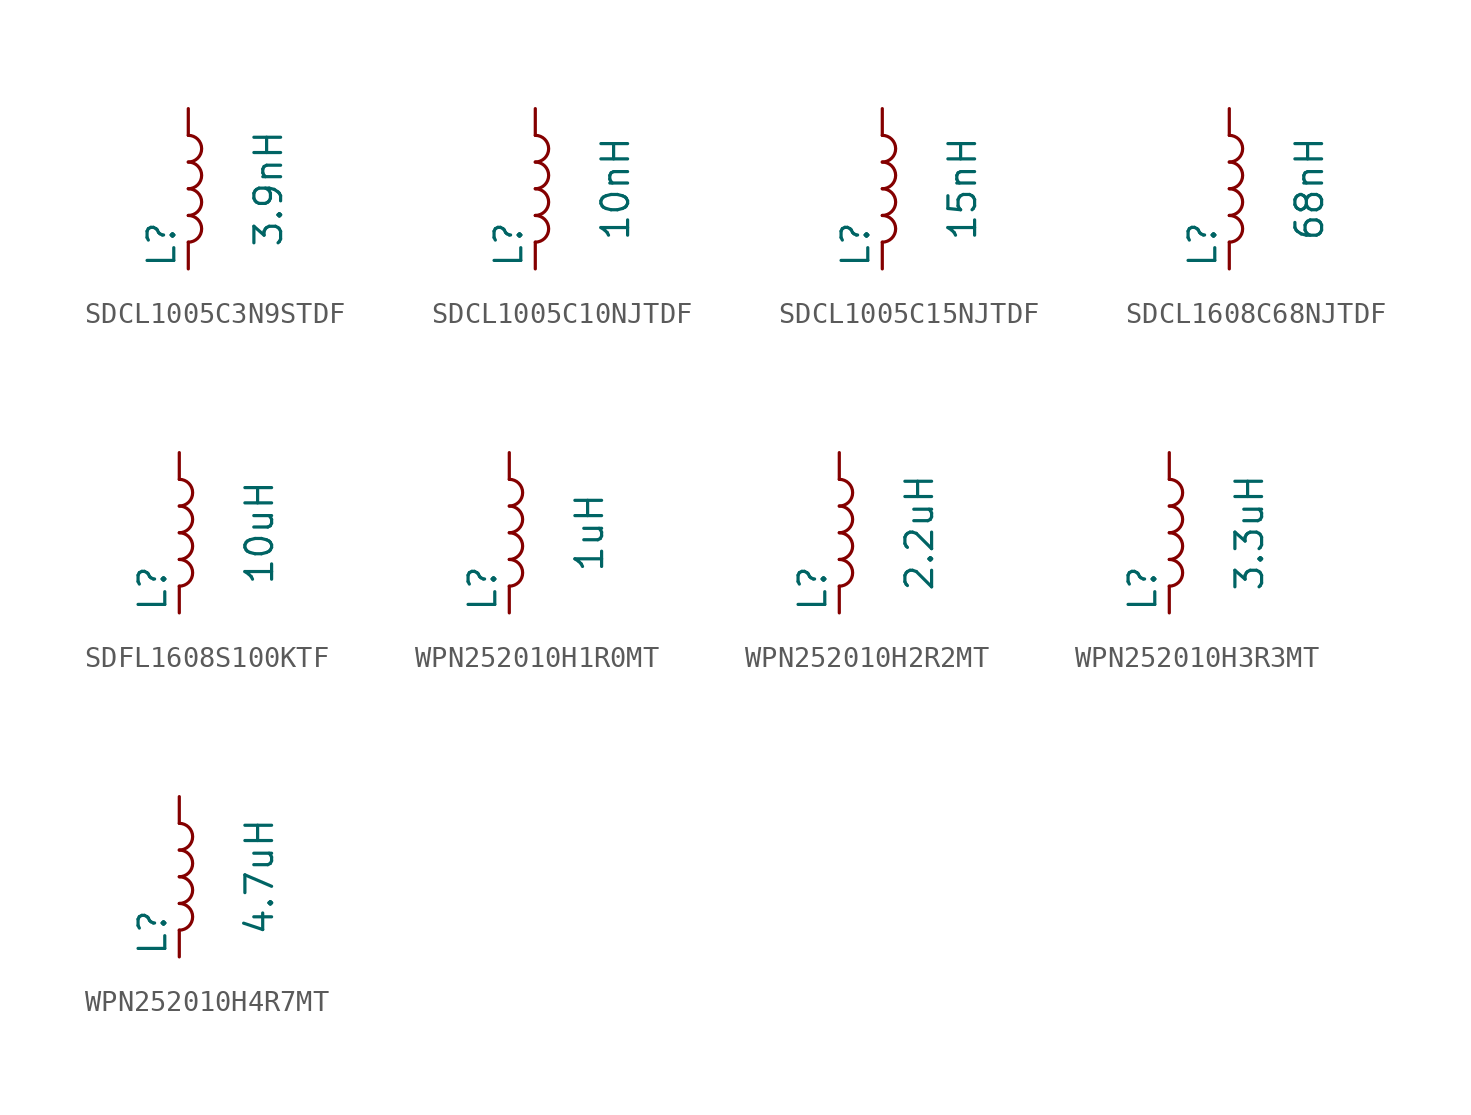
<source format=kicad_sym>
(kicad_symbol_lib
  (version 20211014)
  (generator conandllu_kicad_symbol_generator_20230922_18:37:21)
  (symbol "SDCL1005C3N9STDF"
    (pin_numbers hide)
    (pin_names
      (offset 0.254))
    (property "Reference" "L"
      (at -1.27 -3.81 90)
      (effects (font (size 1.27 1.27)) (justify left)))
    (property "Value" "3.9nH"
      (at 3.81 0 90)
      (effects (font (size 1.27 1.27))))
    (symbol "SDCL1005C3N9STDF_0_1"
      (arc (start 0 -2.54) (mid 0.6323 -1.905) (end 0 -1.27) (stroke (width 0) (type default)) (fill (type none)))
      (arc (start 0 -1.27) (mid 0.6323 -0.635) (end 0 0) (stroke (width 0) (type default)) (fill (type none)))
      (arc (start 0 0) (mid 0.6323 0.635) (end 0 1.27) (stroke (width 0) (type default)) (fill (type none)))
      (arc (start 0 1.27) (mid 0.6323 1.905) (end 0 2.54) (stroke (width 0) (type default)) (fill (type none))))
    (symbol "SDCL1005C3N9STDF_1_1"
      (pin passive line (at 0 3.81 270) (length 1.27) (name "~" (effects (font (size 1.27 1.27)))) (number "1" (effects (font (size 1.27 1.27)))))
      (pin passive line (at 0 -3.81 90) (length 1.27) (name "~" (effects (font (size 1.27 1.27)))) (number "2" (effects (font (size 1.27 1.27)))))))
  (symbol "SDCL1005C10NJTDF"
    (pin_numbers hide)
    (pin_names
      (offset 0.254))
    (property "Reference" "L"
      (at -1.27 -3.81 90)
      (effects (font (size 1.27 1.27)) (justify left)))
    (property "Value" "10nH"
      (at 3.81 0 90)
      (effects (font (size 1.27 1.27))))
    (symbol "SDCL1005C10NJTDF_0_1"
      (arc (start 0 -2.54) (mid 0.6323 -1.905) (end 0 -1.27) (stroke (width 0) (type default)) (fill (type none)))
      (arc (start 0 -1.27) (mid 0.6323 -0.635) (end 0 0) (stroke (width 0) (type default)) (fill (type none)))
      (arc (start 0 0) (mid 0.6323 0.635) (end 0 1.27) (stroke (width 0) (type default)) (fill (type none)))
      (arc (start 0 1.27) (mid 0.6323 1.905) (end 0 2.54) (stroke (width 0) (type default)) (fill (type none))))
    (symbol "SDCL1005C10NJTDF_1_1"
      (pin passive line (at 0 3.81 270) (length 1.27) (name "~" (effects (font (size 1.27 1.27)))) (number "1" (effects (font (size 1.27 1.27)))))
      (pin passive line (at 0 -3.81 90) (length 1.27) (name "~" (effects (font (size 1.27 1.27)))) (number "2" (effects (font (size 1.27 1.27)))))))
  (symbol "SDCL1005C15NJTDF"
    (pin_numbers hide)
    (pin_names
      (offset 0.254))
    (property "Reference" "L"
      (at -1.27 -3.81 90)
      (effects (font (size 1.27 1.27)) (justify left)))
    (property "Value" "15nH"
      (at 3.81 0 90)
      (effects (font (size 1.27 1.27))))
    (symbol "SDCL1005C15NJTDF_0_1"
      (arc (start 0 -2.54) (mid 0.6323 -1.905) (end 0 -1.27) (stroke (width 0) (type default)) (fill (type none)))
      (arc (start 0 -1.27) (mid 0.6323 -0.635) (end 0 0) (stroke (width 0) (type default)) (fill (type none)))
      (arc (start 0 0) (mid 0.6323 0.635) (end 0 1.27) (stroke (width 0) (type default)) (fill (type none)))
      (arc (start 0 1.27) (mid 0.6323 1.905) (end 0 2.54) (stroke (width 0) (type default)) (fill (type none))))
    (symbol "SDCL1005C15NJTDF_1_1"
      (pin passive line (at 0 3.81 270) (length 1.27) (name "~" (effects (font (size 1.27 1.27)))) (number "1" (effects (font (size 1.27 1.27)))))
      (pin passive line (at 0 -3.81 90) (length 1.27) (name "~" (effects (font (size 1.27 1.27)))) (number "2" (effects (font (size 1.27 1.27)))))))
  (symbol "SDCL1608C68NJTDF"
    (pin_numbers hide)
    (pin_names
      (offset 0.254))
    (property "Reference" "L"
      (at -1.27 -3.81 90)
      (effects (font (size 1.27 1.27)) (justify left)))
    (property "Value" "68nH"
      (at 3.81 0 90)
      (effects (font (size 1.27 1.27))))
    (symbol "SDCL1608C68NJTDF_0_1"
      (arc (start 0 -2.54) (mid 0.6323 -1.905) (end 0 -1.27) (stroke (width 0) (type default)) (fill (type none)))
      (arc (start 0 -1.27) (mid 0.6323 -0.635) (end 0 0) (stroke (width 0) (type default)) (fill (type none)))
      (arc (start 0 0) (mid 0.6323 0.635) (end 0 1.27) (stroke (width 0) (type default)) (fill (type none)))
      (arc (start 0 1.27) (mid 0.6323 1.905) (end 0 2.54) (stroke (width 0) (type default)) (fill (type none))))
    (symbol "SDCL1608C68NJTDF_1_1"
      (pin passive line (at 0 3.81 270) (length 1.27) (name "~" (effects (font (size 1.27 1.27)))) (number "1" (effects (font (size 1.27 1.27)))))
      (pin passive line (at 0 -3.81 90) (length 1.27) (name "~" (effects (font (size 1.27 1.27)))) (number "2" (effects (font (size 1.27 1.27)))))))
  (symbol "SDFL1608S100KTF"
    (pin_numbers hide)
    (pin_names
      (offset 0.254))
    (property "Reference" "L"
      (at -1.27 -3.81 90)
      (effects (font (size 1.27 1.27)) (justify left)))
    (property "Value" "10uH"
      (at 3.81 0 90)
      (effects (font (size 1.27 1.27))))
    (symbol "SDFL1608S100KTF_0_1"
      (arc (start 0 -2.54) (mid 0.6323 -1.905) (end 0 -1.27) (stroke (width 0) (type default)) (fill (type none)))
      (arc (start 0 -1.27) (mid 0.6323 -0.635) (end 0 0) (stroke (width 0) (type default)) (fill (type none)))
      (arc (start 0 0) (mid 0.6323 0.635) (end 0 1.27) (stroke (width 0) (type default)) (fill (type none)))
      (arc (start 0 1.27) (mid 0.6323 1.905) (end 0 2.54) (stroke (width 0) (type default)) (fill (type none))))
    (symbol "SDFL1608S100KTF_1_1"
      (pin passive line (at 0 3.81 270) (length 1.27) (name "~" (effects (font (size 1.27 1.27)))) (number "1" (effects (font (size 1.27 1.27)))))
      (pin passive line (at 0 -3.81 90) (length 1.27) (name "~" (effects (font (size 1.27 1.27)))) (number "2" (effects (font (size 1.27 1.27)))))))
  (symbol "WPN252010H1R0MT"
    (pin_numbers hide)
    (pin_names
      (offset 0.254))
    (property "Reference" "L"
      (at -1.27 -3.81 90)
      (effects (font (size 1.27 1.27)) (justify left)))
    (property "Value" "1uH"
      (at 3.81 0 90)
      (effects (font (size 1.27 1.27))))
    (symbol "WPN252010H1R0MT_0_1"
      (arc (start 0 -2.54) (mid 0.6323 -1.905) (end 0 -1.27) (stroke (width 0) (type default)) (fill (type none)))
      (arc (start 0 -1.27) (mid 0.6323 -0.635) (end 0 0) (stroke (width 0) (type default)) (fill (type none)))
      (arc (start 0 0) (mid 0.6323 0.635) (end 0 1.27) (stroke (width 0) (type default)) (fill (type none)))
      (arc (start 0 1.27) (mid 0.6323 1.905) (end 0 2.54) (stroke (width 0) (type default)) (fill (type none))))
    (symbol "WPN252010H1R0MT_1_1"
      (pin passive line (at 0 3.81 270) (length 1.27) (name "~" (effects (font (size 1.27 1.27)))) (number "1" (effects (font (size 1.27 1.27)))))
      (pin passive line (at 0 -3.81 90) (length 1.27) (name "~" (effects (font (size 1.27 1.27)))) (number "2" (effects (font (size 1.27 1.27)))))))
  (symbol "WPN252010H2R2MT"
    (pin_numbers hide)
    (pin_names
      (offset 0.254))
    (property "Reference" "L"
      (at -1.27 -3.81 90)
      (effects (font (size 1.27 1.27)) (justify left)))
    (property "Value" "2.2uH"
      (at 3.81 0 90)
      (effects (font (size 1.27 1.27))))
    (symbol "WPN252010H2R2MT_0_1"
      (arc (start 0 -2.54) (mid 0.6323 -1.905) (end 0 -1.27) (stroke (width 0) (type default)) (fill (type none)))
      (arc (start 0 -1.27) (mid 0.6323 -0.635) (end 0 0) (stroke (width 0) (type default)) (fill (type none)))
      (arc (start 0 0) (mid 0.6323 0.635) (end 0 1.27) (stroke (width 0) (type default)) (fill (type none)))
      (arc (start 0 1.27) (mid 0.6323 1.905) (end 0 2.54) (stroke (width 0) (type default)) (fill (type none))))
    (symbol "WPN252010H2R2MT_1_1"
      (pin passive line (at 0 3.81 270) (length 1.27) (name "~" (effects (font (size 1.27 1.27)))) (number "1" (effects (font (size 1.27 1.27)))))
      (pin passive line (at 0 -3.81 90) (length 1.27) (name "~" (effects (font (size 1.27 1.27)))) (number "2" (effects (font (size 1.27 1.27)))))))
  (symbol "WPN252010H3R3MT"
    (pin_numbers hide)
    (pin_names
      (offset 0.254))
    (property "Reference" "L"
      (at -1.27 -3.81 90)
      (effects (font (size 1.27 1.27)) (justify left)))
    (property "Value" "3.3uH"
      (at 3.81 0 90)
      (effects (font (size 1.27 1.27))))
    (symbol "WPN252010H3R3MT_0_1"
      (arc (start 0 -2.54) (mid 0.6323 -1.905) (end 0 -1.27) (stroke (width 0) (type default)) (fill (type none)))
      (arc (start 0 -1.27) (mid 0.6323 -0.635) (end 0 0) (stroke (width 0) (type default)) (fill (type none)))
      (arc (start 0 0) (mid 0.6323 0.635) (end 0 1.27) (stroke (width 0) (type default)) (fill (type none)))
      (arc (start 0 1.27) (mid 0.6323 1.905) (end 0 2.54) (stroke (width 0) (type default)) (fill (type none))))
    (symbol "WPN252010H3R3MT_1_1"
      (pin passive line (at 0 3.81 270) (length 1.27) (name "~" (effects (font (size 1.27 1.27)))) (number "1" (effects (font (size 1.27 1.27)))))
      (pin passive line (at 0 -3.81 90) (length 1.27) (name "~" (effects (font (size 1.27 1.27)))) (number "2" (effects (font (size 1.27 1.27)))))))
  (symbol "WPN252010H4R7MT"
    (pin_numbers hide)
    (pin_names
      (offset 0.254))
    (property "Reference" "L"
      (at -1.27 -3.81 90)
      (effects (font (size 1.27 1.27)) (justify left)))
    (property "Value" "4.7uH"
      (at 3.81 0 90)
      (effects (font (size 1.27 1.27))))
    (symbol "WPN252010H4R7MT_0_1"
      (arc (start 0 -2.54) (mid 0.6323 -1.905) (end 0 -1.27) (stroke (width 0) (type default)) (fill (type none)))
      (arc (start 0 -1.27) (mid 0.6323 -0.635) (end 0 0) (stroke (width 0) (type default)) (fill (type none)))
      (arc (start 0 0) (mid 0.6323 0.635) (end 0 1.27) (stroke (width 0) (type default)) (fill (type none)))
      (arc (start 0 1.27) (mid 0.6323 1.905) (end 0 2.54) (stroke (width 0) (type default)) (fill (type none))))
    (symbol "WPN252010H4R7MT_1_1"
      (pin passive line (at 0 3.81 270) (length 1.27) (name "~" (effects (font (size 1.27 1.27)))) (number "1" (effects (font (size 1.27 1.27)))))
      (pin passive line (at 0 -3.81 90) (length 1.27) (name "~" (effects (font (size 1.27 1.27)))) (number "2" (effects (font (size 1.27 1.27))))))))
</source>
